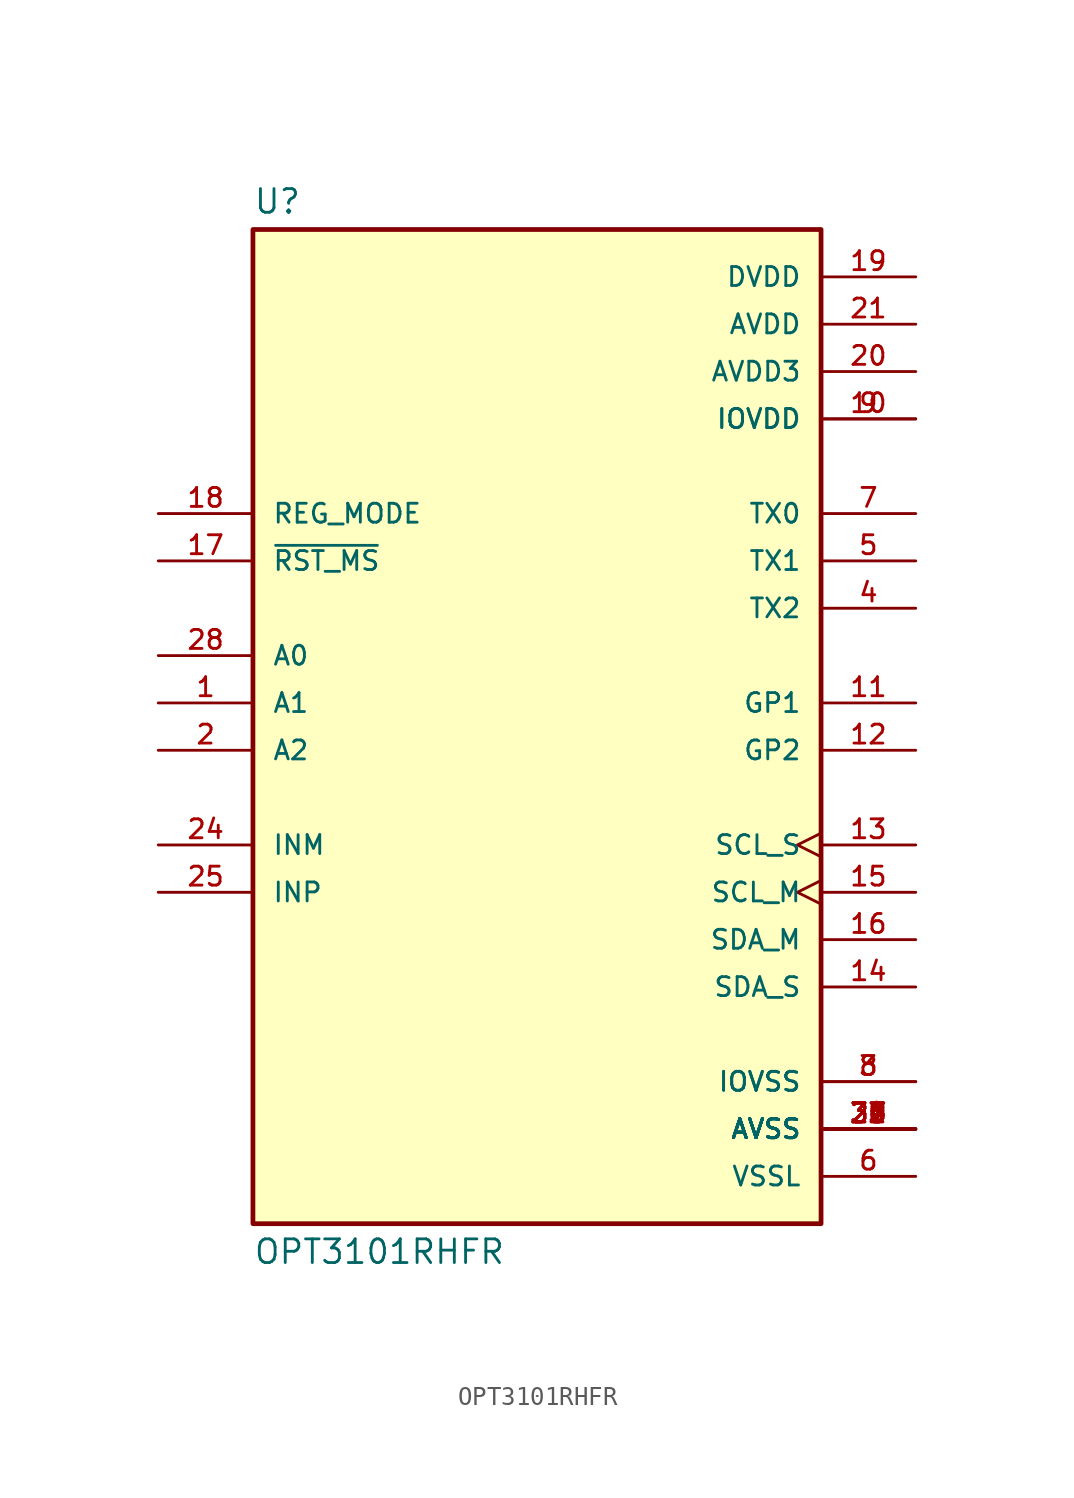
<source format=kicad_sym>
(kicad_symbol_lib
  (version 20211014)
  (generator kicad_symbol_editor)
  (symbol "OPT3101RHFR"
    (pin_names
      (offset 1.016))
    (property "Reference" "U"
      (at -15.24 26.162 0)
      (effects (font (size 1.27 1.27)) (justify bottom left)))
    (property "Value" "OPT3101RHFR"
      (at -15.24 -28.702 0)
      (effects (font (size 1.27 1.27)) (justify top left)))
    (symbol "OPT3101RHFR_0_0"
      (rectangle (start -15.24 -27.94) (end 15.24 25.4) (stroke (width 0.254)) (fill (type background)))
      (pin input line (at -20.32 2.54 0) (length 5.08) (name "A0" (effects (font (size 1.016 1.016)))) (number "28" (effects (font (size 1.016 1.016)))))
      (pin input line (at -20.32 0.0 0) (length 5.08) (name "A1" (effects (font (size 1.016 1.016)))) (number "1" (effects (font (size 1.016 1.016)))))
      (pin input line (at -20.32 -2.54 0) (length 5.08) (name "A2" (effects (font (size 1.016 1.016)))) (number "2" (effects (font (size 1.016 1.016)))))
      (pin power_in line (at 20.32 20.32 180.0) (length 5.08) (name "AVDD" (effects (font (size 1.016 1.016)))) (number "21" (effects (font (size 1.016 1.016)))))
      (pin power_in line (at 20.32 17.78 180.0) (length 5.08) (name "AVDD3" (effects (font (size 1.016 1.016)))) (number "20" (effects (font (size 1.016 1.016)))))
      (pin power_in line (at 20.32 -22.86 180.0) (length 5.08) (name "AVSS" (effects (font (size 1.016 1.016)))) (number "23" (effects (font (size 1.016 1.016)))))
      (pin power_in line (at 20.32 -22.86 180.0) (length 5.08) (name "AVSS" (effects (font (size 1.016 1.016)))) (number "26" (effects (font (size 1.016 1.016)))))
      (pin power_in line (at 20.32 -22.86 180.0) (length 5.08) (name "AVSS" (effects (font (size 1.016 1.016)))) (number "27" (effects (font (size 1.016 1.016)))))
      (pin power_in line (at 20.32 -22.86 180.0) (length 5.08) (name "AVSS" (effects (font (size 1.016 1.016)))) (number "29" (effects (font (size 1.016 1.016)))))
      (pin power_in line (at 20.32 -22.86 180.0) (length 5.08) (name "AVSS" (effects (font (size 1.016 1.016)))) (number "30" (effects (font (size 1.016 1.016)))))
      (pin power_in line (at 20.32 -22.86 180.0) (length 5.08) (name "AVSS" (effects (font (size 1.016 1.016)))) (number "31" (effects (font (size 1.016 1.016)))))
      (pin power_in line (at 20.32 -22.86 180.0) (length 5.08) (name "AVSS" (effects (font (size 1.016 1.016)))) (number "32" (effects (font (size 1.016 1.016)))))
      (pin power_in line (at 20.32 -22.86 180.0) (length 5.08) (name "AVSS" (effects (font (size 1.016 1.016)))) (number "33" (effects (font (size 1.016 1.016)))))
      (pin power_in line (at 20.32 -22.86 180.0) (length 5.08) (name "AVSS" (effects (font (size 1.016 1.016)))) (number "34" (effects (font (size 1.016 1.016)))))
      (pin power_in line (at 20.32 22.86 180.0) (length 5.08) (name "DVDD" (effects (font (size 1.016 1.016)))) (number "19" (effects (font (size 1.016 1.016)))))
      (pin output line (at 20.32 0.0 180.0) (length 5.08) (name "GP1" (effects (font (size 1.016 1.016)))) (number "11" (effects (font (size 1.016 1.016)))))
      (pin bidirectional line (at 20.32 -2.54 180.0) (length 5.08) (name "GP2" (effects (font (size 1.016 1.016)))) (number "12" (effects (font (size 1.016 1.016)))))
      (pin input line (at -20.32 -7.62 0) (length 5.08) (name "INM" (effects (font (size 1.016 1.016)))) (number "24" (effects (font (size 1.016 1.016)))))
      (pin input line (at -20.32 -10.16 0) (length 5.08) (name "INP" (effects (font (size 1.016 1.016)))) (number "25" (effects (font (size 1.016 1.016)))))
      (pin power_in line (at 20.32 15.24 180.0) (length 5.08) (name "IOVDD" (effects (font (size 1.016 1.016)))) (number "9" (effects (font (size 1.016 1.016)))))
      (pin power_in line (at 20.32 15.24 180.0) (length 5.08) (name "IOVDD" (effects (font (size 1.016 1.016)))) (number "10" (effects (font (size 1.016 1.016)))))
      (pin power_in line (at 20.32 -20.32 180.0) (length 5.08) (name "IOVSS" (effects (font (size 1.016 1.016)))) (number "3" (effects (font (size 1.016 1.016)))))
      (pin power_in line (at 20.32 -20.32 180.0) (length 5.08) (name "IOVSS" (effects (font (size 1.016 1.016)))) (number "8" (effects (font (size 1.016 1.016)))))
      (pin input line (at -20.32 10.16 0) (length 5.08) (name "REG_MODE" (effects (font (size 1.016 1.016)))) (number "18" (effects (font (size 1.016 1.016)))))
      (pin input line (at -20.32 7.62 0) (length 5.08) (name "~{RST_MS}" (effects (font (size 1.016 1.016)))) (number "17" (effects (font (size 1.016 1.016)))))
      (pin output line (at 20.32 10.16 180.0) (length 5.08) (name "TX0" (effects (font (size 1.016 1.016)))) (number "7" (effects (font (size 1.016 1.016)))))
      (pin output line (at 20.32 7.62 180.0) (length 5.08) (name "TX1" (effects (font (size 1.016 1.016)))) (number "5" (effects (font (size 1.016 1.016)))))
      (pin output line (at 20.32 5.08 180.0) (length 5.08) (name "TX2" (effects (font (size 1.016 1.016)))) (number "4" (effects (font (size 1.016 1.016)))))
      (pin input clock (at 20.32 -7.62 180.0) (length 5.08) (name "SCL_S" (effects (font (size 1.016 1.016)))) (number "13" (effects (font (size 1.016 1.016)))))
      (pin output clock (at 20.32 -10.16 180.0) (length 5.08) (name "SCL_M" (effects (font (size 1.016 1.016)))) (number "15" (effects (font (size 1.016 1.016)))))
      (pin bidirectional line (at 20.32 -12.7 180.0) (length 5.08) (name "SDA_M" (effects (font (size 1.016 1.016)))) (number "16" (effects (font (size 1.016 1.016)))))
      (pin bidirectional line (at 20.32 -15.24 180.0) (length 5.08) (name "SDA_S" (effects (font (size 1.016 1.016)))) (number "14" (effects (font (size 1.016 1.016)))))
      (pin power_in line (at 20.32 -25.4 180.0) (length 5.08) (name "VSSL" (effects (font (size 1.016 1.016)))) (number "6" (effects (font (size 1.016 1.016))))))))
</source>
